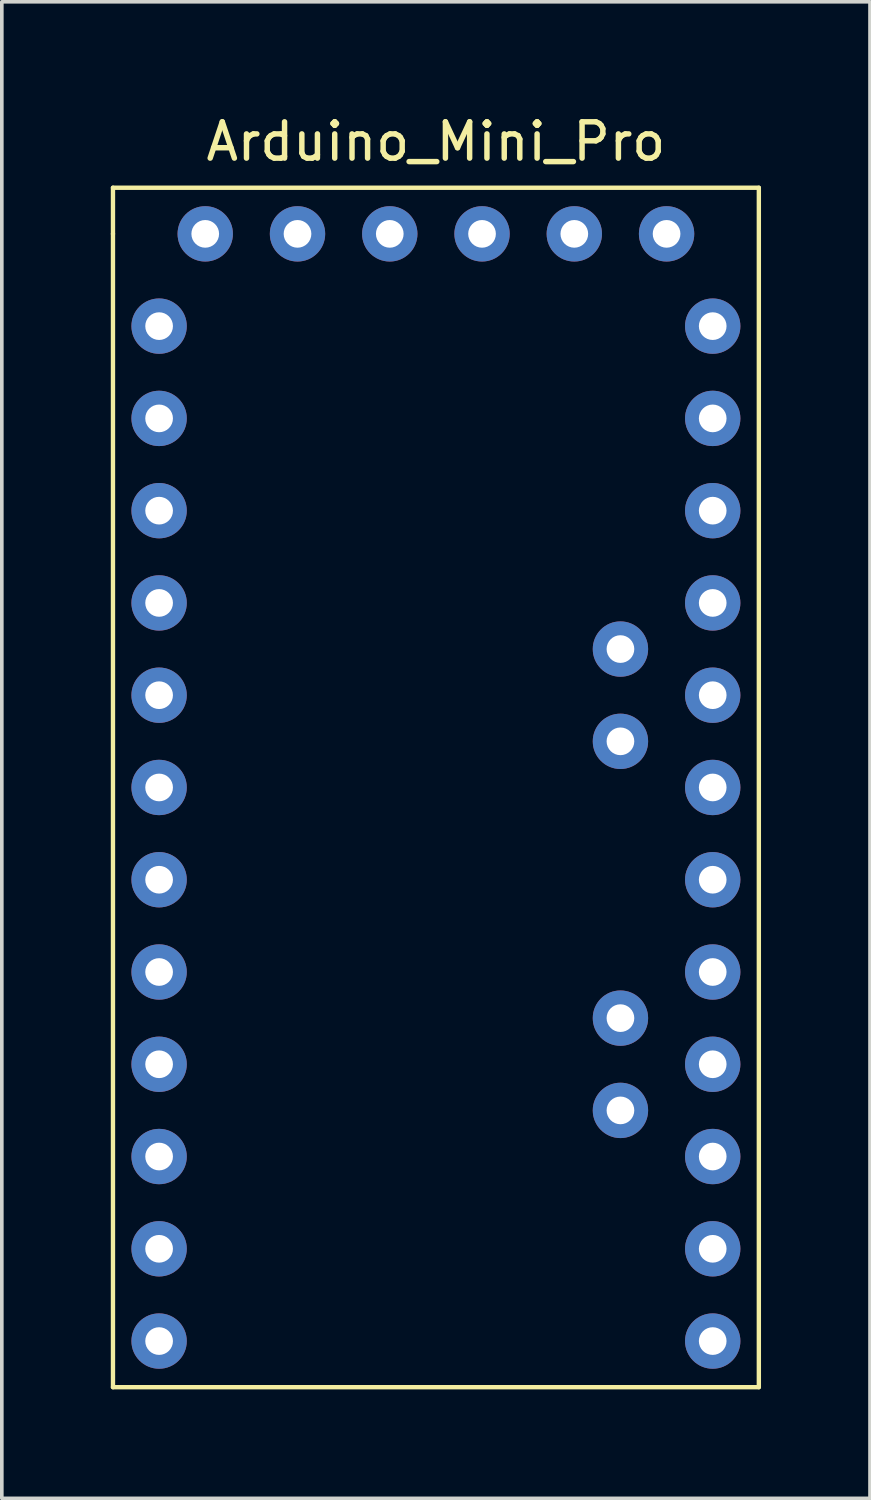
<source format=kicad_pcb>
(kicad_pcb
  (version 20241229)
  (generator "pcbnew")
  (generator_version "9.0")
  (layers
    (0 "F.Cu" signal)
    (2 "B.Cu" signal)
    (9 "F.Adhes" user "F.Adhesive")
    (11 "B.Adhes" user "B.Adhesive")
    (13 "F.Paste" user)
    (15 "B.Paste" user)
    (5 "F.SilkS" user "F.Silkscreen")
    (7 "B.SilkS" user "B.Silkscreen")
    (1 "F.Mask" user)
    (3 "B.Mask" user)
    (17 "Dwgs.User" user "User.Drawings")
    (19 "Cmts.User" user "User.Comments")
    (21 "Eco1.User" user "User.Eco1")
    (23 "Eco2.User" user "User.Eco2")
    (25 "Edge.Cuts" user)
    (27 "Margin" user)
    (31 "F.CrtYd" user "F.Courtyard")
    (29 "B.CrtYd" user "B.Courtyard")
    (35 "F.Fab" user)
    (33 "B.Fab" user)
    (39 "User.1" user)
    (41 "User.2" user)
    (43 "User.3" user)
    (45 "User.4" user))
  (footprint "Arduino_Mini_Pro"
    (layer "F.Cu")
    (at 8.95 12.278)
    (property "Reference" "Arduino_Mini_Pro" (at 0 -11.43 0) (layer "F.SilkS") (effects (font (size 1 1) (thickness 0.15))))
    (attr through_hole)
    (fp_line (start -8.89 -10.16) (end 8.89 -10.16) (stroke (width 0.12) (type solid)) (layer "F.SilkS"))
    (fp_line (start -8.89 -8.89) (end -8.89 -10.16) (stroke (width 0.12) (type solid)) (layer "F.SilkS"))
    (fp_line (start -8.89 22.86) (end -8.89 -8.89) (stroke (width 0.12) (type solid)) (layer "F.SilkS"))
    (fp_line (start 8.89 -10.16) (end 8.89 22.86) (stroke (width 0.12) (type solid)) (layer "F.SilkS"))
    (fp_line (start 8.89 22.86) (end -8.89 22.86) (stroke (width 0.12) (type solid)) (layer "F.SilkS"))
    (pad "1" thru_hole circle (at -7.62 -6.35) (size 1.524 1.524) (drill 0.762) (layers "*.Cu" "*.Mask"))
    (pad "2" thru_hole circle (at -7.62 -3.81) (size 1.524 1.524) (drill 0.762) (layers "*.Cu" "*.Mask"))
    (pad "3" thru_hole circle (at -7.62 -1.27) (size 1.524 1.524) (drill 0.762) (layers "*.Cu" "*.Mask"))
    (pad "4" thru_hole circle (at -7.62 1.27) (size 1.524 1.524) (drill 0.762) (layers "*.Cu" "*.Mask"))
    (pad "5" thru_hole circle (at -7.62 3.81) (size 1.524 1.524) (drill 0.762) (layers "*.Cu" "*.Mask"))
    (pad "6" thru_hole circle (at -7.62 6.35) (size 1.524 1.524) (drill 0.762) (layers "*.Cu" "*.Mask"))
    (pad "7" thru_hole circle (at -7.62 8.89) (size 1.524 1.524) (drill 0.762) (layers "*.Cu" "*.Mask"))
    (pad "8" thru_hole circle (at -7.62 11.43) (size 1.524 1.524) (drill 0.762) (layers "*.Cu" "*.Mask"))
    (pad "9" thru_hole circle (at -7.62 13.97) (size 1.524 1.524) (drill 0.762) (layers "*.Cu" "*.Mask"))
    (pad "10" thru_hole circle (at -7.62 16.51) (size 1.524 1.524) (drill 0.762) (layers "*.Cu" "*.Mask"))
    (pad "11" thru_hole circle (at -7.62 19.05) (size 1.524 1.524) (drill 0.762) (layers "*.Cu" "*.Mask"))
    (pad "12" thru_hole circle (at -7.62 21.59) (size 1.524 1.524) (drill 0.762) (layers "*.Cu" "*.Mask"))
    (pad "13" thru_hole circle (at 7.62 21.59) (size 1.524 1.524) (drill 0.762) (layers "*.Cu" "*.Mask"))
    (pad "14" thru_hole circle (at 7.62 19.05) (size 1.524 1.524) (drill 0.762) (layers "*.Cu" "*.Mask"))
    (pad "15" thru_hole circle (at 7.62 16.51) (size 1.524 1.524) (drill 0.762) (layers "*.Cu" "*.Mask"))
    (pad "16" thru_hole circle (at 7.62 13.97) (size 1.524 1.524) (drill 0.762) (layers "*.Cu" "*.Mask"))
    (pad "17" thru_hole circle (at 7.62 11.43) (size 1.524 1.524) (drill 0.762) (layers "*.Cu" "*.Mask"))
    (pad "18" thru_hole circle (at 7.62 8.89) (size 1.524 1.524) (drill 0.762) (layers "*.Cu" "*.Mask"))
    (pad "19" thru_hole circle (at 7.62 6.35) (size 1.524 1.524) (drill 0.762) (layers "*.Cu" "*.Mask"))
    (pad "20" thru_hole circle (at 7.62 3.81) (size 1.524 1.524) (drill 0.762) (layers "*.Cu" "*.Mask"))
    (pad "21" thru_hole circle (at 7.62 1.27) (size 1.524 1.524) (drill 0.762) (layers "*.Cu" "*.Mask"))
    (pad "22" thru_hole circle (at 7.62 -1.27) (size 1.524 1.524) (drill 0.762) (layers "*.Cu" "*.Mask"))
    (pad "23" thru_hole circle (at 7.62 -3.81) (size 1.524 1.524) (drill 0.762) (layers "*.Cu" "*.Mask"))
    (pad "24" thru_hole circle (at 7.62 -6.35) (size 1.524 1.524) (drill 0.762) (layers "*.Cu" "*.Mask"))
    (pad "25" thru_hole circle (at 6.35 -8.89) (size 1.524 1.524) (drill 0.762) (layers "*.Cu" "*.Mask"))
    (pad "26" thru_hole circle (at 3.81 -8.89) (size 1.524 1.524) (drill 0.762) (layers "*.Cu" "*.Mask"))
    (pad "27" thru_hole circle (at 1.27 -8.89) (size 1.524 1.524) (drill 0.762) (layers "*.Cu" "*.Mask"))
    (pad "28" thru_hole circle (at -1.27 -8.89) (size 1.524 1.524) (drill 0.762) (layers "*.Cu" "*.Mask"))
    (pad "29" thru_hole circle (at -3.81 -8.89) (size 1.524 1.524) (drill 0.762) (layers "*.Cu" "*.Mask"))
    (pad "30" thru_hole circle (at -6.35 -8.89) (size 1.524 1.524) (drill 0.762) (layers "*.Cu" "*.Mask"))
    (pad "31" thru_hole circle (at 5.08 15.24) (size 1.524 1.524) (drill 0.762) (layers "*.Cu" "*.Mask"))
    (pad "32" thru_hole circle (at 5.08 12.7) (size 1.524 1.524) (drill 0.762) (layers "*.Cu" "*.Mask"))
    (pad "33" thru_hole circle (at 5.08 5.08) (size 1.524 1.524) (drill 0.762) (layers "*.Cu" "*.Mask"))
    (pad "34" thru_hole circle (at 5.08 2.54) (size 1.524 1.524) (drill 0.762) (layers "*.Cu" "*.Mask")))
  (gr_rect
    (start -3 -3)
    (end 20.9 38.198)
    (stroke (width 0.1) (type default))
    (fill no)
    (layer "Edge.Cuts")))
</source>
